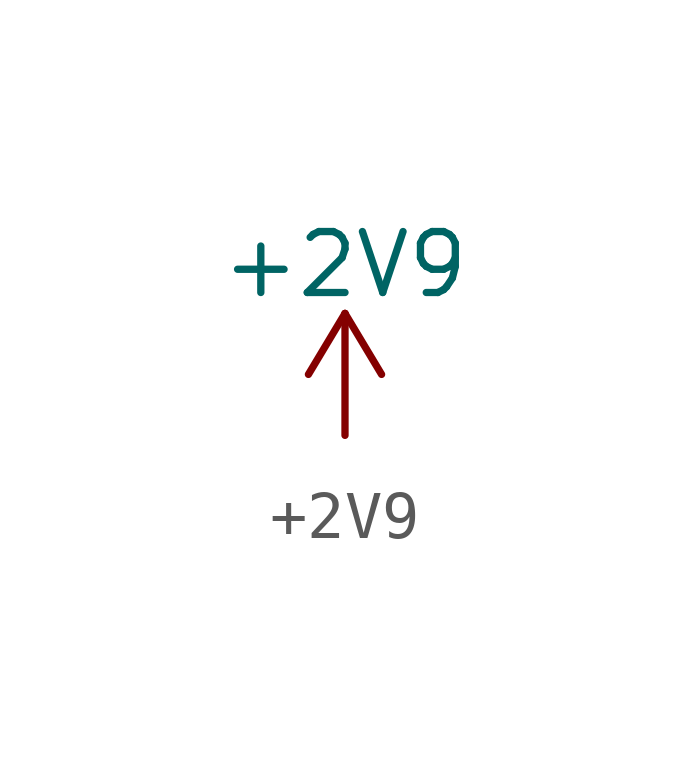
<source format=kicad_sym>
(kicad_symbol_lib
  (version 20211014)
  (generator kicad_symbol_editor)
  (symbol "+2V9"
    (power)
    (pin_names
      (offset 0))
    (property "Reference" "#PWR"
      (at 0 -3.81 0)
      (effects (font (size 1.27 1.27)) hide))
    (property "Value" "+2V9"
      (at 0 3.556 0)
      (effects (font (size 1.27 1.27))))
    (symbol "+2V9_0_1"
      (polyline (pts (xy -0.762 1.27) (xy 0 2.54)) (stroke (width 0) (type default) (color 0 0 0 0)) (fill (type none)))
      (polyline (pts (xy 0 0) (xy 0 2.54)) (stroke (width 0) (type default) (color 0 0 0 0)) (fill (type none)))
      (polyline (pts (xy 0 2.54) (xy 0.762 1.27)) (stroke (width 0) (type default) (color 0 0 0 0)) (fill (type none))))
    (symbol "+2V9_1_1"
      (pin power_in line (at 0 0 90) (length 0) hide (name "+2V8" (effects (font (size 1.27 1.27)))) (number "1" (effects (font (size 1.27 1.27))))))))
</source>
